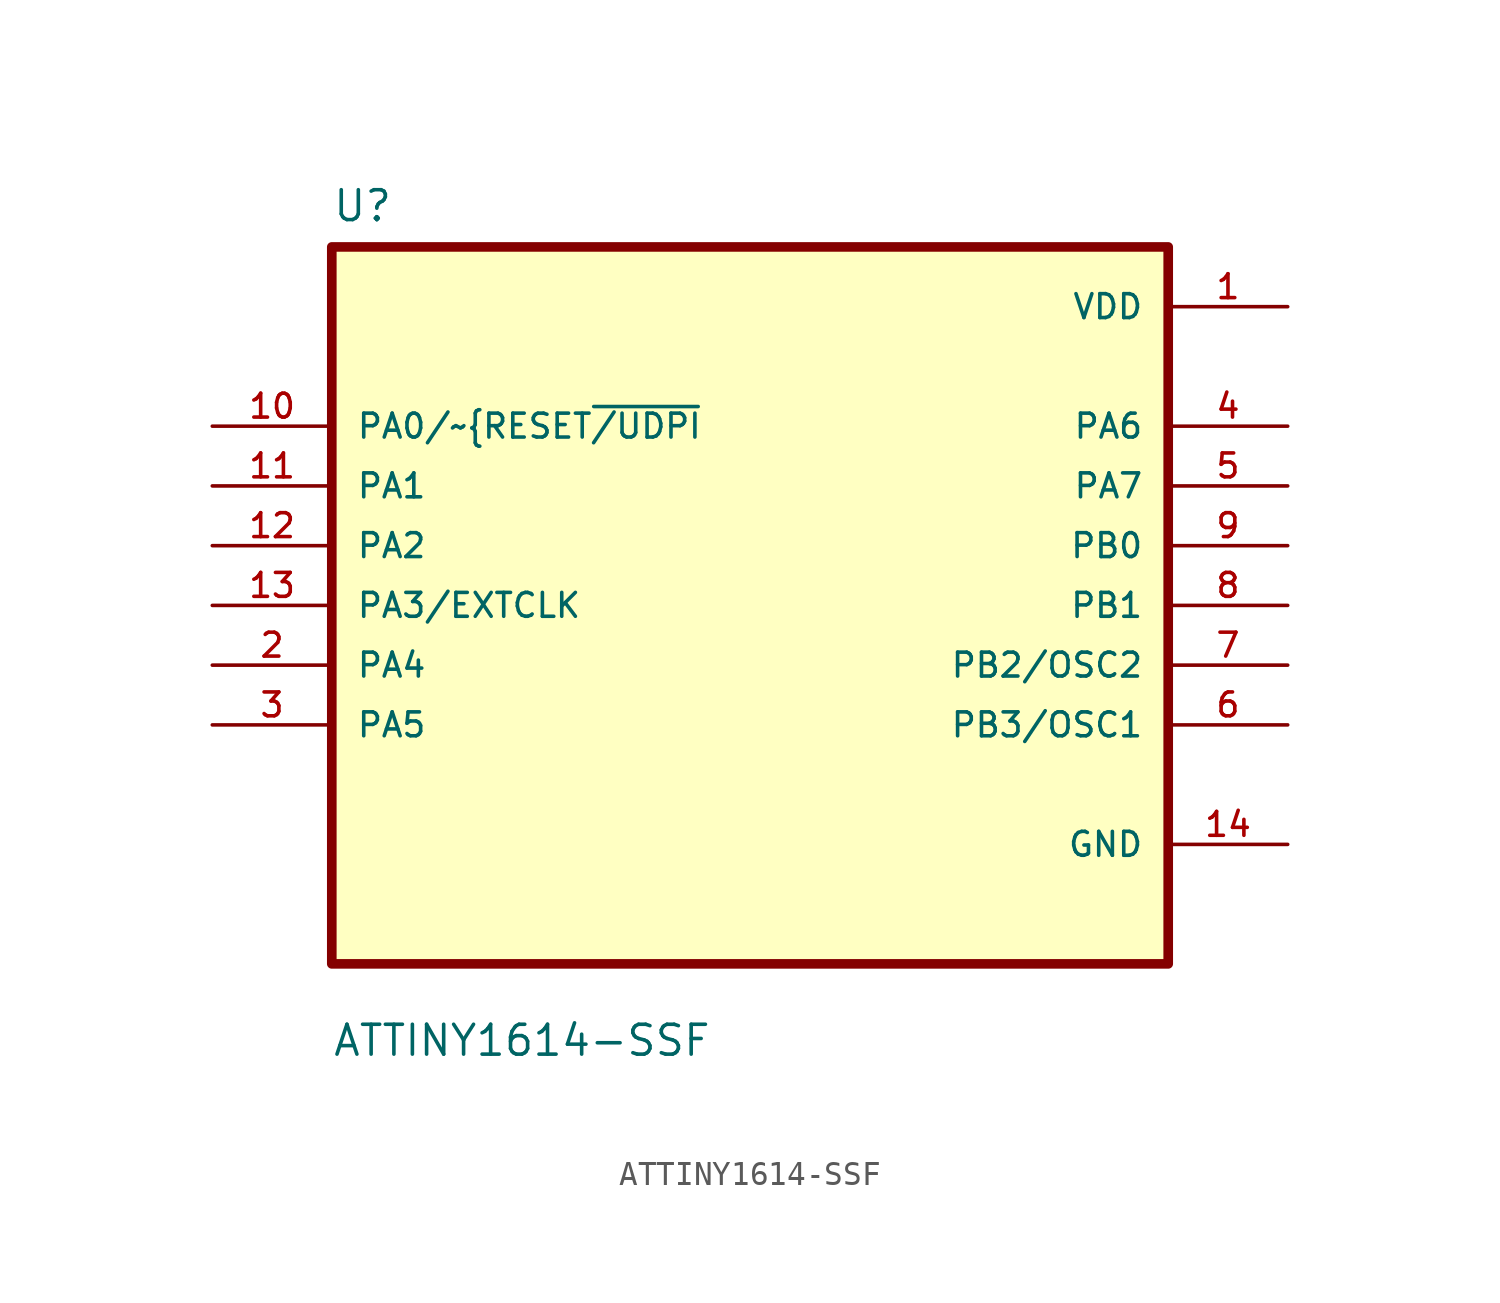
<source format=kicad_sym>
(kicad_symbol_lib
  (version 20211014)
  (generator kicad_symbol_editor)
  (symbol "ATTINY1614-SSF"
    (pin_names
      (offset 1.016))
    (property "Reference" "U"
      (at -17.78 16.24 0.0)
      (effects (font (size 1.27 1.27)) (justify bottom left)))
    (property "Value" "ATTINY1614-SSF"
      (at -17.78 -19.24 0.0)
      (effects (font (size 1.27 1.27)) (justify bottom left)))
    (symbol "ATTINY1614-SSF_0_0"
      (rectangle (start -17.78 -15.24) (end 17.78 15.24) (stroke (width 0.41)) (fill (type background)))
      (pin bidirectional line (at -22.86 7.62 0) (length 5.08) (name "PA0/~{RESET~{/UDPI}" (effects (font (size 1.016 1.016)))) (number "10" (effects (font (size 1.016 1.016)))))
      (pin bidirectional line (at -22.86 5.08 0) (length 5.08) (name "PA1" (effects (font (size 1.016 1.016)))) (number "11" (effects (font (size 1.016 1.016)))))
      (pin bidirectional line (at -22.86 2.54 0) (length 5.08) (name "PA2" (effects (font (size 1.016 1.016)))) (number "12" (effects (font (size 1.016 1.016)))))
      (pin bidirectional line (at -22.86 0.0 0) (length 5.08) (name "PA3/EXTCLK" (effects (font (size 1.016 1.016)))) (number "13" (effects (font (size 1.016 1.016)))))
      (pin bidirectional line (at -22.86 -2.54 0) (length 5.08) (name "PA4" (effects (font (size 1.016 1.016)))) (number "2" (effects (font (size 1.016 1.016)))))
      (pin bidirectional line (at -22.86 -5.08 0) (length 5.08) (name "PA5" (effects (font (size 1.016 1.016)))) (number "3" (effects (font (size 1.016 1.016)))))
      (pin power_in line (at 22.86 12.7 180.0) (length 5.08) (name "VDD" (effects (font (size 1.016 1.016)))) (number "1" (effects (font (size 1.016 1.016)))))
      (pin bidirectional line (at 22.86 7.62 180.0) (length 5.08) (name "PA6" (effects (font (size 1.016 1.016)))) (number "4" (effects (font (size 1.016 1.016)))))
      (pin bidirectional line (at 22.86 5.08 180.0) (length 5.08) (name "PA7" (effects (font (size 1.016 1.016)))) (number "5" (effects (font (size 1.016 1.016)))))
      (pin bidirectional line (at 22.86 2.54 180.0) (length 5.08) (name "PB0" (effects (font (size 1.016 1.016)))) (number "9" (effects (font (size 1.016 1.016)))))
      (pin bidirectional line (at 22.86 0.0 180.0) (length 5.08) (name "PB1" (effects (font (size 1.016 1.016)))) (number "8" (effects (font (size 1.016 1.016)))))
      (pin bidirectional line (at 22.86 -2.54 180.0) (length 5.08) (name "PB2/OSC2" (effects (font (size 1.016 1.016)))) (number "7" (effects (font (size 1.016 1.016)))))
      (pin bidirectional line (at 22.86 -5.08 180.0) (length 5.08) (name "PB3/OSC1" (effects (font (size 1.016 1.016)))) (number "6" (effects (font (size 1.016 1.016)))))
      (pin power_in line (at 22.86 -10.16 180.0) (length 5.08) (name "GND" (effects (font (size 1.016 1.016)))) (number "14" (effects (font (size 1.016 1.016))))))))
</source>
